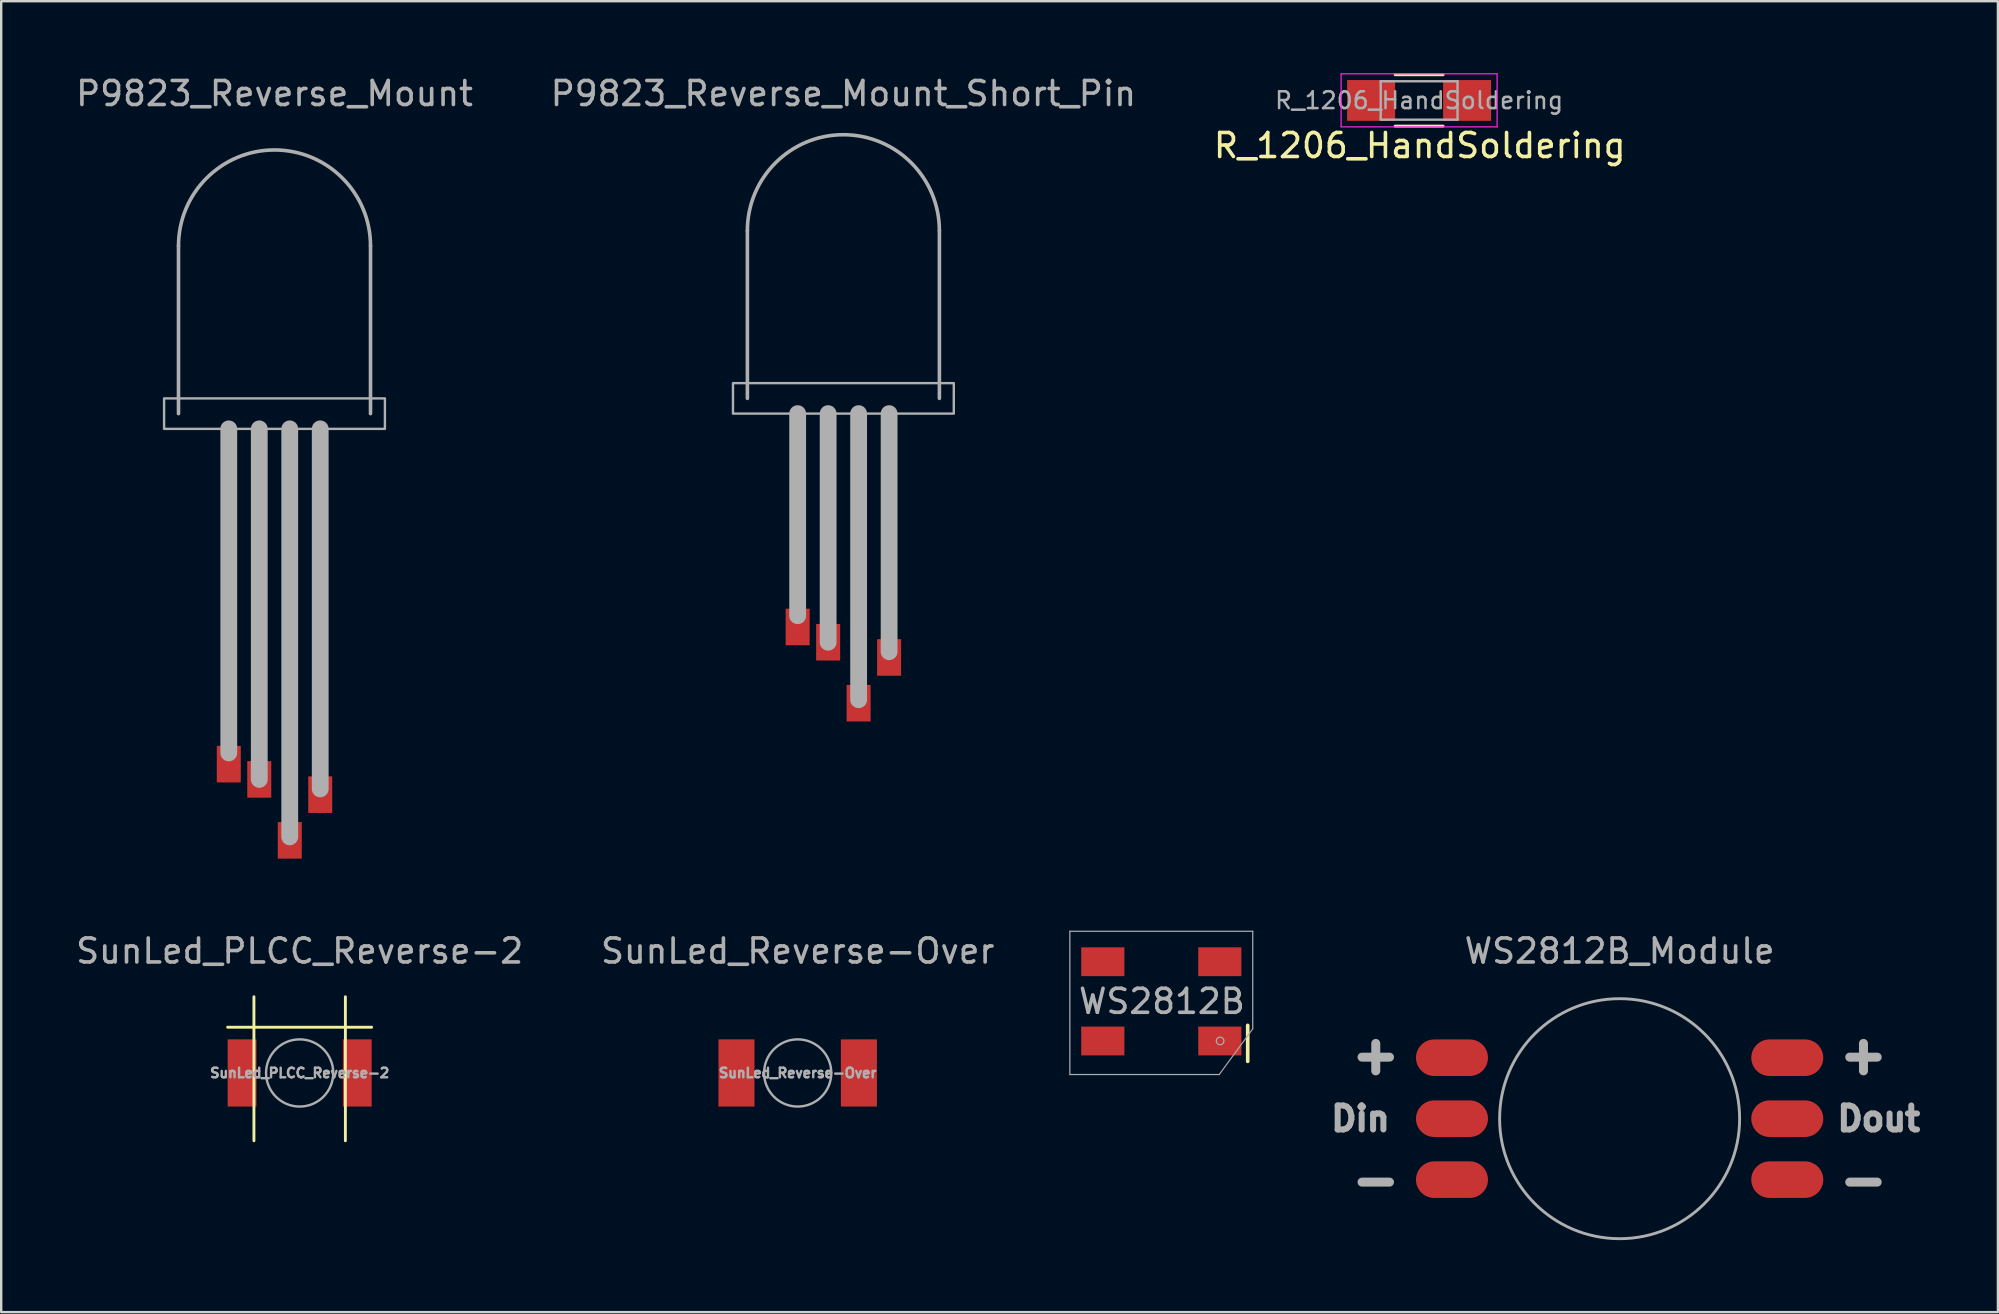
<source format=kicad_pcb>
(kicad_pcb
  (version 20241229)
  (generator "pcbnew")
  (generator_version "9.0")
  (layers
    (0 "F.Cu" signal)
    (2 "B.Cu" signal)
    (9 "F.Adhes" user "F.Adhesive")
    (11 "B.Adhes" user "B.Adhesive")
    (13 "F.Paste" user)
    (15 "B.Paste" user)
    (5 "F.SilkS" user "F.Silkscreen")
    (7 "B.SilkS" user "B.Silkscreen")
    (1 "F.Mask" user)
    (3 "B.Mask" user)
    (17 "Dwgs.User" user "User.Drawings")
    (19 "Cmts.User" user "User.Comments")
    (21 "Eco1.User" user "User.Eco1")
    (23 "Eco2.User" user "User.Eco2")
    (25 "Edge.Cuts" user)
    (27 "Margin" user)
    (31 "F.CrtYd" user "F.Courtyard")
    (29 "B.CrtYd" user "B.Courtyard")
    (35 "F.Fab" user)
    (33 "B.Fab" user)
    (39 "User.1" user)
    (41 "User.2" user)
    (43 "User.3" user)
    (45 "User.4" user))
  (footprint "WS2812B_Module"
    (layer "F.Cu")
    (at 64.43 43.559)
    (property "Reference" "WS2812B_Module" (at 0 -6.985 0) (layer "F.Fab") (effects (font (size 1 1) (thickness 0.15))))
    (attr through_hole)
    (fp_circle (center 0 0) (end 5 0) (stroke (width 0.12) (type solid)) (fill no) (layer "F.Fab"))
    (fp_text user "-" (at 10.16 2.54 0) (layer "F.Fab") (effects (font (size 1.5 1.5) (thickness 0.375))))
    (fp_text user "-" (at -10.16 2.54 0) (layer "F.Fab") (effects (font (size 1.5 1.5) (thickness 0.375))))
    (fp_text user "+" (at -10.16 -2.667 0) (layer "F.Fab") (effects (font (size 1.5 1.5) (thickness 0.375))))
    (fp_text user "+" (at 10.16 -2.667 0) (layer "F.Fab") (effects (font (size 1.5 1.5) (thickness 0.375))))
    (fp_text user "Dout" (at 10.795 0 0) (layer "F.Fab") (effects (font (size 1 1) (thickness 0.25))))
    (fp_text user "Din" (at -10.795 0 0) (layer "F.Fab") (effects (font (size 1 1) (thickness 0.25))))
    (pad "" smd circle (at 0 0) (size 5 5) (layers "*.Mask"))
    (pad "1" smd oval (at -6.985 -2.54) (size 3 1.524) (layers "F.Cu" "F.Mask" "F.Paste"))
    (pad "1" smd oval (at 6.985 -2.54) (size 3 1.524) (layers "F.Cu" "F.Mask" "F.Paste"))
    (pad "2" smd oval (at 6.985 0) (size 3 1.524) (layers "F.Cu" "F.Mask" "F.Paste"))
    (pad "3" smd oval (at -6.985 2.54) (size 3 1.524) (layers "F.Cu" "F.Mask" "F.Paste"))
    (pad "3" smd oval (at 6.985 2.54) (size 3 1.524) (layers "F.Cu" "F.Mask" "F.Paste"))
    (pad "4" smd oval (at -6.985 0) (size 3 1.524) (layers "F.Cu" "F.Mask" "F.Paste")))
  (footprint "WS2812B"
    (layer "F.Cu")
    (at 45.335 38.671)
    (property "Reference" "WS2812B" (at 0.025 0 0) (layer "F.Fab") (effects (font (size 1 1) (thickness 0.15))))
    (attr through_hole)
    (fp_line (start 3.6 1) (end 3.6 2.5) (stroke (width 0.152) (type solid)) (layer "F.SilkS"))
    (fp_line (start -3.81 -2.921) (end -3.81 3.048) (stroke (width 0.05) (type solid)) (layer "F.Fab"))
    (fp_line (start -3.81 3.048) (end 2.413 3.048) (stroke (width 0.05) (type solid)) (layer "F.Fab"))
    (fp_line (start 2.413 3.048) (end 3.81 1.143) (stroke (width 0.046) (type solid)) (layer "F.Fab"))
    (fp_line (start 3.81 -2.921) (end -3.81 -2.921) (stroke (width 0.05) (type solid)) (layer "F.Fab"))
    (fp_line (start 3.81 1.143) (end 3.81 -2.921) (stroke (width 0.05) (type solid)) (layer "F.Fab"))
    (fp_circle (center 2.45 1.65) (end 2.5 1.8) (stroke (width 0.05) (type solid)) (fill no) (layer "F.Fab"))
    (pad "1" smd rect (at -2.438 -1.651) (size 1.8 1.2) (layers "F.Cu" "F.Mask" "F.Paste"))
    (pad "2" smd rect (at -2.438 1.651) (size 1.8 1.2) (layers "F.Cu" "F.Mask" "F.Paste"))
    (pad "3" smd rect (at 2.438 1.651) (size 1.8 1.2) (layers "F.Cu" "F.Mask" "F.Paste"))
    (pad "4" smd rect (at 2.438 -1.651) (size 1.8 1.2) (layers "F.Cu" "F.Mask" "F.Paste")))
  (footprint "P9823_Reverse_Mount_Short_Pin"
    (layer "F.Cu")
    (at 32.089 17.993)
    (property "Reference" "P9823_Reverse_Mount_Short_Pin" (at 0 -17.145 0) (layer "F.Fab") (effects (font (size 1 1) (thickness 0.15))))
    (attr through_hole)
    (fp_line (start -4 -11.43) (end -4 -4.445) (stroke (width 0.15) (type solid)) (layer "F.Fab"))
    (fp_line (start -1.905 -3.81) (end -1.905 4.61) (stroke (width 0.7) (type solid)) (layer "F.Fab"))
    (fp_line (start -0.635 -3.81) (end -0.635 5.715) (stroke (width 0.7) (type solid)) (layer "F.Fab"))
    (fp_line (start 0.635 -3.81) (end 0.635 8.11) (stroke (width 0.7) (type solid)) (layer "F.Fab"))
    (fp_line (start 1.905 -3.81) (end 1.905 6.11) (stroke (width 0.7) (type solid)) (layer "F.Fab"))
    (fp_line (start 4 -11.43) (end 4 -4.445) (stroke (width 0.15) (type solid)) (layer "F.Fab"))
    (fp_arc (start -4 -11.43) (mid 0 -15.43) (end 4 -11.43) (stroke (width 0.15) (type solid)) (layer "F.Fab"))
    (fp_poly (pts (xy 4.6 -3.81) (xy 4.6 -5.08) (xy -4.6 -5.08) (xy -4.6 -3.81)) (stroke (width 0.1) (type solid)) (fill no) (layer "F.Fab"))
    (pad "1" smd rect (at 0.635 8.255) (size 1 1.524) (layers "F.Cu" "F.Mask" "F.Paste"))
    (pad "2" smd rect (at 1.905 6.35 180) (size 1 1.524) (layers "F.Cu" "F.Mask" "F.Paste"))
    (pad "3" smd rect (at -0.635 5.715) (size 1 1.524) (layers "F.Cu" "F.Mask" "F.Paste"))
    (pad "4" smd rect (at -1.905 5.08 180) (size 1 1.524) (layers "F.Cu" "F.Mask" "F.Paste")))
  (footprint "P9823_Reverse_Mount"
    (layer "F.Cu")
    (at 8.387 19.263)
    (property "Reference" "P9823_Reverse_Mount" (at 0 -18.415 0) (layer "F.Fab") (effects (font (size 1 1) (thickness 0.15))))
    (attr through_hole)
    (fp_line (start -4 -12.065) (end -4 -5.08) (stroke (width 0.15) (type solid)) (layer "F.Fab"))
    (fp_line (start -1.905 -4.445) (end -1.905 9.055) (stroke (width 0.7) (type solid)) (layer "F.Fab"))
    (fp_line (start -0.635 -4.445) (end -0.635 10.16) (stroke (width 0.7) (type solid)) (layer "F.Fab"))
    (fp_line (start 0.635 -4.445) (end 0.635 12.555) (stroke (width 0.7) (type solid)) (layer "F.Fab"))
    (fp_line (start 1.905 -4.445) (end 1.905 10.555) (stroke (width 0.7) (type solid)) (layer "F.Fab"))
    (fp_line (start 4 -12.065) (end 4 -5.08) (stroke (width 0.15) (type solid)) (layer "F.Fab"))
    (fp_arc (start -4 -12.065) (mid 0 -16.065) (end 4 -12.065) (stroke (width 0.15) (type solid)) (layer "F.Fab"))
    (fp_poly (pts (xy 4.6 -4.445) (xy 4.6 -5.715) (xy -4.6 -5.715) (xy -4.6 -4.445)) (stroke (width 0.1) (type solid)) (fill no) (layer "F.Fab"))
    (pad "1" smd rect (at 0.635 12.7) (size 1 1.524) (layers "F.Cu" "F.Mask" "F.Paste"))
    (pad "2" smd rect (at 1.905 10.795 180) (size 1 1.524) (layers "F.Cu" "F.Mask" "F.Paste"))
    (pad "3" smd rect (at -0.635 10.16) (size 1 1.524) (layers "F.Cu" "F.Mask" "F.Paste"))
    (pad "4" smd rect (at -1.905 9.525 180) (size 1 1.524) (layers "F.Cu" "F.Mask" "F.Paste")))
  (footprint "SunLed_Reverse-Over"
    (layer "F.Cu")
    (at 30.185 41.654)
    (property "Reference" "SunLed_Reverse-Over" (at 0 -5.08 0) (layer "F.Fab") (effects (font (size 1 1) (thickness 0.15))))
    (attr smd)
    (fp_circle (center 0 0) (end 1.4 0) (stroke (width 0.1) (type solid)) (fill no) (layer "F.Fab"))
    (fp_text user "${REFERENCE}" (at 0 0 0) (layer "F.Fab") (effects (font (size 0.4 0.4) (thickness 0.1))))
    (pad "1" smd rect (at -2.55 0) (size 1.5 2.8) (layers "F.Cu" "F.Mask" "F.Paste"))
    (pad "2" smd rect (at 2.55 0) (size 1.5 2.8) (layers "F.Cu" "F.Mask" "F.Paste")))
  (footprint "SunLed_PLCC_Reverse-2"
    (layer "F.Cu")
    (at 9.435 41.654)
    (property "Reference" "SunLed_PLCC_Reverse-2" (at 0 -5.08 0) (layer "F.Fab") (effects (font (size 1 1) (thickness 0.15))))
    (attr smd)
    (fp_line (start -3 -1.905) (end 3 -1.905) (stroke (width 0.12) (type solid)) (layer "F.SilkS"))
    (fp_line (start -1.905 2.825) (end -1.905 -3.175) (stroke (width 0.12) (type solid)) (layer "F.SilkS"))
    (fp_line (start 1.905 2.825) (end 1.905 -3.175) (stroke (width 0.12) (type solid)) (layer "F.SilkS"))
    (fp_circle (center 0 0) (end 1.4 0) (stroke (width 0.1) (type solid)) (fill no) (layer "F.Fab"))
    (fp_text user "${REFERENCE}" (at 0 0 0) (layer "F.Fab") (effects (font (size 0.4 0.4) (thickness 0.1))))
    (pad "1" smd rect (at -2.4 0) (size 1.2 2.8) (layers "F.Cu" "F.Mask" "F.Paste"))
    (pad "2" smd rect (at 2.4 0) (size 1.2 2.8) (layers "F.Cu" "F.Mask" "F.Paste")))
  (footprint "R_1206_HandSoldering"
    (layer "F.Cu")
    (at 56.076 1.135)
    (property "Reference" "R_1206_HandSoldering" (at 0.025 1.88 180) (layer "F.SilkS") (effects (font (size 1 1) (thickness 0.15))))
    (attr smd)
    (fp_line (start -1 -1.07) (end 1 -1.07) (stroke (width 0.12) (type solid)) (layer "F.SilkS"))
    (fp_line (start 1 1.07) (end -1 1.07) (stroke (width 0.12) (type solid)) (layer "F.SilkS"))
    (fp_line (start -3.25 -1.11) (end -3.25 1.1) (stroke (width 0.05) (type solid)) (layer "F.CrtYd"))
    (fp_line (start -3.25 -1.11) (end 3.25 -1.11) (stroke (width 0.05) (type solid)) (layer "F.CrtYd"))
    (fp_line (start 3.25 1.1) (end -3.25 1.1) (stroke (width 0.05) (type solid)) (layer "F.CrtYd"))
    (fp_line (start 3.25 1.1) (end 3.25 -1.11) (stroke (width 0.05) (type solid)) (layer "F.CrtYd"))
    (fp_line (start -1.6 -0.8) (end 1.6 -0.8) (stroke (width 0.1) (type solid)) (layer "F.Fab"))
    (fp_line (start -1.6 0.8) (end -1.6 -0.8) (stroke (width 0.1) (type solid)) (layer "F.Fab"))
    (fp_line (start 1.6 -0.8) (end 1.6 0.8) (stroke (width 0.1) (type solid)) (layer "F.Fab"))
    (fp_line (start 1.6 0.8) (end -1.6 0.8) (stroke (width 0.1) (type solid)) (layer "F.Fab"))
    (fp_text user "${REFERENCE}" (at 0 0 180) (layer "F.Fab") (effects (font (size 0.7 0.7) (thickness 0.105))))
    (pad "1" smd rect (at -2 0) (size 2 1.7) (layers "F.Cu" "F.Mask" "F.Paste"))
    (pad "2" smd rect (at 2 0) (size 2 1.7) (layers "F.Cu" "F.Mask" "F.Paste")))
  (gr_rect
    (start -3 -3)
    (end 80.191 51.618)
    (stroke (width 0.1) (type default))
    (fill no)
    (layer "Edge.Cuts")))
</source>
